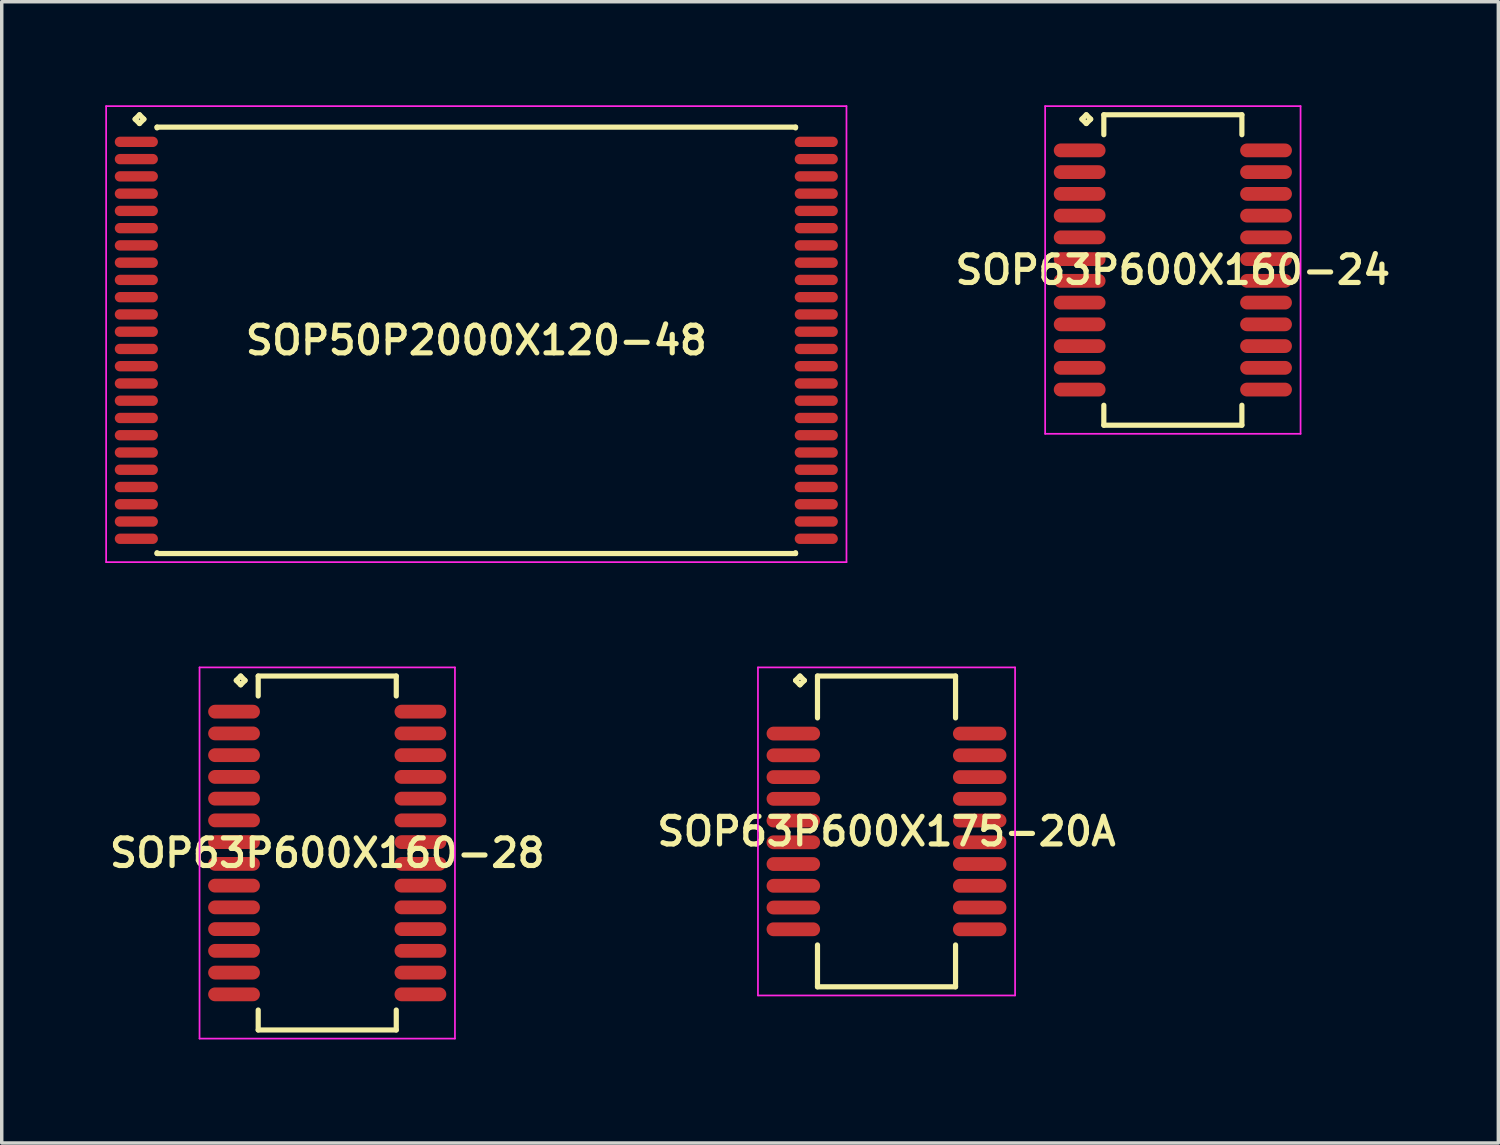
<source format=kicad_pcb>
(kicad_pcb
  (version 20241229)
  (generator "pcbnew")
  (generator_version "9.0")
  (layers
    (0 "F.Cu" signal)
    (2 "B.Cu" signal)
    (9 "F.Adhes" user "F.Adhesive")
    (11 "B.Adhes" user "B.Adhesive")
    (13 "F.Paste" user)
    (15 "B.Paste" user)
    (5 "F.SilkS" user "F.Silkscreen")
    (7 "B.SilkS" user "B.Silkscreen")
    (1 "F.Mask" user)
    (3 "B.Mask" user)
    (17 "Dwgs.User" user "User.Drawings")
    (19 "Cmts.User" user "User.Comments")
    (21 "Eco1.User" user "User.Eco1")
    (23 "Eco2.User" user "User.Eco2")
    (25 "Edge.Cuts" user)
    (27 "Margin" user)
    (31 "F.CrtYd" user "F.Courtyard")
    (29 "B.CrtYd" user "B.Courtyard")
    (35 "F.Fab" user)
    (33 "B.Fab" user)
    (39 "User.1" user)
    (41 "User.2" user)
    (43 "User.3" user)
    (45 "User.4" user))
  (footprint "SOP63P600X175-20A"
    (layer "F.Cu")
    (at 22.635 21.039)
    (property "Reference" "SOP63P600X175-20A" (at 0 0 0) (layer "F.SilkS") (effects (font (size 0.8 0.8) (thickness 0.15))))
    (attr smd)
    (fp_line (start -2.635 -4.375) (end -2.508 -4.502) (stroke (width 0.15) (type solid)) (layer "F.SilkS"))
    (fp_line (start -2.508 -4.502) (end -2.381 -4.375) (stroke (width 0.15) (type solid)) (layer "F.SilkS"))
    (fp_line (start -2.508 -4.248) (end -2.635 -4.375) (stroke (width 0.15) (type solid)) (layer "F.SilkS"))
    (fp_line (start -2.381 -4.375) (end -2.508 -4.248) (stroke (width 0.15) (type solid)) (layer "F.SilkS"))
    (fp_line (start -2 -4.502) (end 2 -4.502) (stroke (width 0.15) (type solid)) (layer "F.SilkS"))
    (fp_line (start -2 -3.289) (end -2 -4.502) (stroke (width 0.15) (type solid)) (layer "F.SilkS"))
    (fp_line (start -2 3.289) (end -2 4.502) (stroke (width 0.15) (type solid)) (layer "F.SilkS"))
    (fp_line (start -2 4.502) (end 2 4.502) (stroke (width 0.15) (type solid)) (layer "F.SilkS"))
    (fp_line (start 2 -4.502) (end 2 -3.289) (stroke (width 0.15) (type solid)) (layer "F.SilkS"))
    (fp_line (start 2 4.502) (end 2 3.289) (stroke (width 0.15) (type solid)) (layer "F.SilkS"))
    (fp_line (start -3.725 -4.752) (end 3.725 -4.752) (stroke (width 0.05) (type solid)) (layer "F.CrtYd"))
    (fp_line (start -3.725 4.752) (end -3.725 -4.752) (stroke (width 0.05) (type solid)) (layer "F.CrtYd"))
    (fp_line (start 3.725 -4.752) (end 3.725 4.752) (stroke (width 0.05) (type solid)) (layer "F.CrtYd"))
    (fp_line (start 3.725 4.752) (end -3.725 4.752) (stroke (width 0.05) (type solid)) (layer "F.CrtYd"))
    (pad "1" smd oval (at -2.7 -2.835) (size 1.55 0.4) (layers "F.Cu" "F.Mask" "F.Paste"))
    (pad "2" smd oval (at -2.7 -2.205) (size 1.55 0.4) (layers "F.Cu" "F.Mask" "F.Paste"))
    (pad "3" smd oval (at -2.7 -1.575) (size 1.55 0.4) (layers "F.Cu" "F.Mask" "F.Paste"))
    (pad "4" smd oval (at -2.7 -0.945) (size 1.55 0.4) (layers "F.Cu" "F.Mask" "F.Paste"))
    (pad "5" smd oval (at -2.7 -0.315) (size 1.55 0.4) (layers "F.Cu" "F.Mask" "F.Paste"))
    (pad "6" smd oval (at -2.7 0.315) (size 1.55 0.4) (layers "F.Cu" "F.Mask" "F.Paste"))
    (pad "7" smd oval (at -2.7 0.945) (size 1.55 0.4) (layers "F.Cu" "F.Mask" "F.Paste"))
    (pad "8" smd oval (at -2.7 1.575) (size 1.55 0.4) (layers "F.Cu" "F.Mask" "F.Paste"))
    (pad "9" smd oval (at -2.7 2.205) (size 1.55 0.4) (layers "F.Cu" "F.Mask" "F.Paste"))
    (pad "10" smd oval (at -2.7 2.835) (size 1.55 0.4) (layers "F.Cu" "F.Mask" "F.Paste"))
    (pad "11" smd oval (at 2.7 2.835) (size 1.55 0.4) (layers "F.Cu" "F.Mask" "F.Paste"))
    (pad "12" smd oval (at 2.7 2.205) (size 1.55 0.4) (layers "F.Cu" "F.Mask" "F.Paste"))
    (pad "13" smd oval (at 2.7 1.575) (size 1.55 0.4) (layers "F.Cu" "F.Mask" "F.Paste"))
    (pad "14" smd oval (at 2.7 0.945) (size 1.55 0.4) (layers "F.Cu" "F.Mask" "F.Paste"))
    (pad "15" smd oval (at 2.7 0.315) (size 1.55 0.4) (layers "F.Cu" "F.Mask" "F.Paste"))
    (pad "16" smd oval (at 2.7 -0.315) (size 1.55 0.4) (layers "F.Cu" "F.Mask" "F.Paste"))
    (pad "17" smd oval (at 2.7 -0.945) (size 1.55 0.4) (layers "F.Cu" "F.Mask" "F.Paste"))
    (pad "18" smd oval (at 2.7 -1.575) (size 1.55 0.4) (layers "F.Cu" "F.Mask" "F.Paste"))
    (pad "19" smd oval (at 2.7 -2.205) (size 1.55 0.4) (layers "F.Cu" "F.Mask" "F.Paste"))
    (pad "20" smd oval (at 2.7 -2.835) (size 1.55 0.4) (layers "F.Cu" "F.Mask" "F.Paste")))
  (footprint "SOP50P2000X120-48"
    (layer "F.Cu")
    (at 10.75 6.81)
    (property "Reference" "SOP50P2000X120-48" (at 0 0 0) (layer "F.SilkS") (effects (font (size 0.8 0.8) (thickness 0.15))))
    (attr smd)
    (fp_line (start -9.885 -6.408) (end -9.758 -6.535) (stroke (width 0.15) (type solid)) (layer "F.SilkS"))
    (fp_line (start -9.758 -6.535) (end -9.631 -6.408) (stroke (width 0.15) (type solid)) (layer "F.SilkS"))
    (fp_line (start -9.758 -6.281) (end -9.885 -6.408) (stroke (width 0.15) (type solid)) (layer "F.SilkS"))
    (fp_line (start -9.631 -6.408) (end -9.758 -6.281) (stroke (width 0.15) (type solid)) (layer "F.SilkS"))
    (fp_line (start -9.25 -6.177) (end 9.25 -6.177) (stroke (width 0.15) (type solid)) (layer "F.SilkS"))
    (fp_line (start -9.25 -6.154) (end -9.25 -6.177) (stroke (width 0.15) (type solid)) (layer "F.SilkS"))
    (fp_line (start -9.25 6.154) (end -9.25 6.177) (stroke (width 0.15) (type solid)) (layer "F.SilkS"))
    (fp_line (start -9.25 6.177) (end 9.25 6.177) (stroke (width 0.15) (type solid)) (layer "F.SilkS"))
    (fp_line (start 9.25 -6.177) (end 9.25 -6.154) (stroke (width 0.15) (type solid)) (layer "F.SilkS"))
    (fp_line (start 9.25 6.177) (end 9.25 6.154) (stroke (width 0.15) (type solid)) (layer "F.SilkS"))
    (fp_line (start -10.725 -6.785) (end 10.725 -6.785) (stroke (width 0.05) (type solid)) (layer "F.CrtYd"))
    (fp_line (start -10.725 6.427) (end -10.725 -6.785) (stroke (width 0.05) (type solid)) (layer "F.CrtYd"))
    (fp_line (start 10.725 -6.785) (end 10.725 6.427) (stroke (width 0.05) (type solid)) (layer "F.CrtYd"))
    (fp_line (start 10.725 6.427) (end -10.725 6.427) (stroke (width 0.05) (type solid)) (layer "F.CrtYd"))
    (pad "1" smd oval (at -9.85 -5.75) (size 1.25 0.3) (layers "F.Cu" "F.Mask" "F.Paste"))
    (pad "2" smd oval (at -9.85 -5.25) (size 1.25 0.3) (layers "F.Cu" "F.Mask" "F.Paste"))
    (pad "3" smd oval (at -9.85 -4.75) (size 1.25 0.3) (layers "F.Cu" "F.Mask" "F.Paste"))
    (pad "4" smd oval (at -9.85 -4.25) (size 1.25 0.3) (layers "F.Cu" "F.Mask" "F.Paste"))
    (pad "5" smd oval (at -9.85 -3.75) (size 1.25 0.3) (layers "F.Cu" "F.Mask" "F.Paste"))
    (pad "6" smd oval (at -9.85 -3.25) (size 1.25 0.3) (layers "F.Cu" "F.Mask" "F.Paste"))
    (pad "7" smd oval (at -9.85 -2.75) (size 1.25 0.3) (layers "F.Cu" "F.Mask" "F.Paste"))
    (pad "8" smd oval (at -9.85 -2.25) (size 1.25 0.3) (layers "F.Cu" "F.Mask" "F.Paste"))
    (pad "9" smd oval (at -9.85 -1.75) (size 1.25 0.3) (layers "F.Cu" "F.Mask" "F.Paste"))
    (pad "10" smd oval (at -9.85 -1.25) (size 1.25 0.3) (layers "F.Cu" "F.Mask" "F.Paste"))
    (pad "11" smd oval (at -9.85 -0.75) (size 1.25 0.3) (layers "F.Cu" "F.Mask" "F.Paste"))
    (pad "12" smd oval (at -9.85 -0.25) (size 1.25 0.3) (layers "F.Cu" "F.Mask" "F.Paste"))
    (pad "13" smd oval (at -9.85 0.25) (size 1.25 0.3) (layers "F.Cu" "F.Mask" "F.Paste"))
    (pad "14" smd oval (at -9.85 0.75) (size 1.25 0.3) (layers "F.Cu" "F.Mask" "F.Paste"))
    (pad "15" smd oval (at -9.85 1.25) (size 1.25 0.3) (layers "F.Cu" "F.Mask" "F.Paste"))
    (pad "16" smd oval (at -9.85 1.75) (size 1.25 0.3) (layers "F.Cu" "F.Mask" "F.Paste"))
    (pad "17" smd oval (at -9.85 2.25) (size 1.25 0.3) (layers "F.Cu" "F.Mask" "F.Paste"))
    (pad "18" smd oval (at -9.85 2.75) (size 1.25 0.3) (layers "F.Cu" "F.Mask" "F.Paste"))
    (pad "19" smd oval (at -9.85 3.25) (size 1.25 0.3) (layers "F.Cu" "F.Mask" "F.Paste"))
    (pad "20" smd oval (at -9.85 3.75) (size 1.25 0.3) (layers "F.Cu" "F.Mask" "F.Paste"))
    (pad "21" smd oval (at -9.85 4.25) (size 1.25 0.3) (layers "F.Cu" "F.Mask" "F.Paste"))
    (pad "22" smd oval (at -9.85 4.75) (size 1.25 0.3) (layers "F.Cu" "F.Mask" "F.Paste"))
    (pad "23" smd oval (at -9.85 5.25) (size 1.25 0.3) (layers "F.Cu" "F.Mask" "F.Paste"))
    (pad "24" smd oval (at -9.85 5.75) (size 1.25 0.3) (layers "F.Cu" "F.Mask" "F.Paste"))
    (pad "25" smd oval (at 9.85 5.75) (size 1.25 0.3) (layers "F.Cu" "F.Mask" "F.Paste"))
    (pad "26" smd oval (at 9.85 5.25) (size 1.25 0.3) (layers "F.Cu" "F.Mask" "F.Paste"))
    (pad "27" smd oval (at 9.85 4.75) (size 1.25 0.3) (layers "F.Cu" "F.Mask" "F.Paste"))
    (pad "28" smd oval (at 9.85 4.25) (size 1.25 0.3) (layers "F.Cu" "F.Mask" "F.Paste"))
    (pad "29" smd oval (at 9.85 3.75) (size 1.25 0.3) (layers "F.Cu" "F.Mask" "F.Paste"))
    (pad "30" smd oval (at 9.85 3.25) (size 1.25 0.3) (layers "F.Cu" "F.Mask" "F.Paste"))
    (pad "31" smd oval (at 9.85 2.75) (size 1.25 0.3) (layers "F.Cu" "F.Mask" "F.Paste"))
    (pad "32" smd oval (at 9.85 2.25) (size 1.25 0.3) (layers "F.Cu" "F.Mask" "F.Paste"))
    (pad "33" smd oval (at 9.85 1.75) (size 1.25 0.3) (layers "F.Cu" "F.Mask" "F.Paste"))
    (pad "34" smd oval (at 9.85 1.25) (size 1.25 0.3) (layers "F.Cu" "F.Mask" "F.Paste"))
    (pad "35" smd oval (at 9.85 0.75) (size 1.25 0.3) (layers "F.Cu" "F.Mask" "F.Paste"))
    (pad "36" smd oval (at 9.85 0.25) (size 1.25 0.3) (layers "F.Cu" "F.Mask" "F.Paste"))
    (pad "37" smd oval (at 9.85 -0.25) (size 1.25 0.3) (layers "F.Cu" "F.Mask" "F.Paste"))
    (pad "38" smd oval (at 9.85 -0.75) (size 1.25 0.3) (layers "F.Cu" "F.Mask" "F.Paste"))
    (pad "39" smd oval (at 9.85 -1.25) (size 1.25 0.3) (layers "F.Cu" "F.Mask" "F.Paste"))
    (pad "40" smd oval (at 9.85 -1.75) (size 1.25 0.3) (layers "F.Cu" "F.Mask" "F.Paste"))
    (pad "41" smd oval (at 9.85 -2.25) (size 1.25 0.3) (layers "F.Cu" "F.Mask" "F.Paste"))
    (pad "42" smd oval (at 9.85 -2.75) (size 1.25 0.3) (layers "F.Cu" "F.Mask" "F.Paste"))
    (pad "43" smd oval (at 9.85 -3.25) (size 1.25 0.3) (layers "F.Cu" "F.Mask" "F.Paste"))
    (pad "44" smd oval (at 9.85 -3.75) (size 1.25 0.3) (layers "F.Cu" "F.Mask" "F.Paste"))
    (pad "45" smd oval (at 9.85 -4.25) (size 1.25 0.3) (layers "F.Cu" "F.Mask" "F.Paste"))
    (pad "46" smd oval (at 9.85 -4.75) (size 1.25 0.3) (layers "F.Cu" "F.Mask" "F.Paste"))
    (pad "47" smd oval (at 9.85 -5.25) (size 1.25 0.3) (layers "F.Cu" "F.Mask" "F.Paste"))
    (pad "48" smd oval (at 9.85 -5.75) (size 1.25 0.3) (layers "F.Cu" "F.Mask" "F.Paste")))
  (footprint "SOP63P600X160-24"
    (layer "F.Cu")
    (at 30.931 4.772)
    (property "Reference" "SOP63P600X160-24" (at 0 0 0) (layer "F.SilkS") (effects (font (size 0.8 0.8) (thickness 0.15))))
    (attr smd)
    (fp_line (start -2.635 -4.37) (end -2.508 -4.497) (stroke (width 0.15) (type solid)) (layer "F.SilkS"))
    (fp_line (start -2.508 -4.497) (end -2.381 -4.37) (stroke (width 0.15) (type solid)) (layer "F.SilkS"))
    (fp_line (start -2.508 -4.243) (end -2.635 -4.37) (stroke (width 0.15) (type solid)) (layer "F.SilkS"))
    (fp_line (start -2.381 -4.37) (end -2.508 -4.243) (stroke (width 0.15) (type solid)) (layer "F.SilkS"))
    (fp_line (start -2 -4.497) (end 2 -4.497) (stroke (width 0.15) (type solid)) (layer "F.SilkS"))
    (fp_line (start -2 -3.919) (end -2 -4.497) (stroke (width 0.15) (type solid)) (layer "F.SilkS"))
    (fp_line (start -2 3.919) (end -2 4.497) (stroke (width 0.15) (type solid)) (layer "F.SilkS"))
    (fp_line (start -2 4.497) (end 2 4.497) (stroke (width 0.15) (type solid)) (layer "F.SilkS"))
    (fp_line (start 2 -4.497) (end 2 -3.919) (stroke (width 0.15) (type solid)) (layer "F.SilkS"))
    (fp_line (start 2 4.497) (end 2 3.919) (stroke (width 0.15) (type solid)) (layer "F.SilkS"))
    (fp_line (start -3.7 -4.747) (end 3.7 -4.747) (stroke (width 0.05) (type solid)) (layer "F.CrtYd"))
    (fp_line (start -3.7 4.747) (end -3.7 -4.747) (stroke (width 0.05) (type solid)) (layer "F.CrtYd"))
    (fp_line (start 3.7 -4.747) (end 3.7 4.747) (stroke (width 0.05) (type solid)) (layer "F.CrtYd"))
    (fp_line (start 3.7 4.747) (end -3.7 4.747) (stroke (width 0.05) (type solid)) (layer "F.CrtYd"))
    (pad "1" smd oval (at -2.7 -3.465) (size 1.5 0.4) (layers "F.Cu" "F.Mask" "F.Paste"))
    (pad "2" smd oval (at -2.7 -2.835) (size 1.5 0.4) (layers "F.Cu" "F.Mask" "F.Paste"))
    (pad "3" smd oval (at -2.7 -2.205) (size 1.5 0.4) (layers "F.Cu" "F.Mask" "F.Paste"))
    (pad "4" smd oval (at -2.7 -1.575) (size 1.5 0.4) (layers "F.Cu" "F.Mask" "F.Paste"))
    (pad "5" smd oval (at -2.7 -0.945) (size 1.5 0.4) (layers "F.Cu" "F.Mask" "F.Paste"))
    (pad "6" smd oval (at -2.7 -0.315) (size 1.5 0.4) (layers "F.Cu" "F.Mask" "F.Paste"))
    (pad "7" smd oval (at -2.7 0.315) (size 1.5 0.4) (layers "F.Cu" "F.Mask" "F.Paste"))
    (pad "8" smd oval (at -2.7 0.945) (size 1.5 0.4) (layers "F.Cu" "F.Mask" "F.Paste"))
    (pad "9" smd oval (at -2.7 1.575) (size 1.5 0.4) (layers "F.Cu" "F.Mask" "F.Paste"))
    (pad "10" smd oval (at -2.7 2.205) (size 1.5 0.4) (layers "F.Cu" "F.Mask" "F.Paste"))
    (pad "11" smd oval (at -2.7 2.835) (size 1.5 0.4) (layers "F.Cu" "F.Mask" "F.Paste"))
    (pad "12" smd oval (at -2.7 3.465) (size 1.5 0.4) (layers "F.Cu" "F.Mask" "F.Paste"))
    (pad "13" smd oval (at 2.7 3.465) (size 1.5 0.4) (layers "F.Cu" "F.Mask" "F.Paste"))
    (pad "14" smd oval (at 2.7 2.835) (size 1.5 0.4) (layers "F.Cu" "F.Mask" "F.Paste"))
    (pad "15" smd oval (at 2.7 2.205) (size 1.5 0.4) (layers "F.Cu" "F.Mask" "F.Paste"))
    (pad "16" smd oval (at 2.7 1.575) (size 1.5 0.4) (layers "F.Cu" "F.Mask" "F.Paste"))
    (pad "17" smd oval (at 2.7 0.945) (size 1.5 0.4) (layers "F.Cu" "F.Mask" "F.Paste"))
    (pad "18" smd oval (at 2.7 0.315) (size 1.5 0.4) (layers "F.Cu" "F.Mask" "F.Paste"))
    (pad "19" smd oval (at 2.7 -0.315) (size 1.5 0.4) (layers "F.Cu" "F.Mask" "F.Paste"))
    (pad "20" smd oval (at 2.7 -0.945) (size 1.5 0.4) (layers "F.Cu" "F.Mask" "F.Paste"))
    (pad "21" smd oval (at 2.7 -1.575) (size 1.5 0.4) (layers "F.Cu" "F.Mask" "F.Paste"))
    (pad "22" smd oval (at 2.7 -2.205) (size 1.5 0.4) (layers "F.Cu" "F.Mask" "F.Paste"))
    (pad "23" smd oval (at 2.7 -2.835) (size 1.5 0.4) (layers "F.Cu" "F.Mask" "F.Paste"))
    (pad "24" smd oval (at 2.7 -3.465) (size 1.5 0.4) (layers "F.Cu" "F.Mask" "F.Paste")))
  (footprint "SOP63P600X160-28"
    (layer "F.Cu")
    (at 6.431 21.664)
    (property "Reference" "SOP63P600X160-28" (at 0 0 0) (layer "F.SilkS") (effects (font (size 0.8 0.8) (thickness 0.15))))
    (attr smd)
    (fp_line (start -2.635 -5) (end -2.508 -5.127) (stroke (width 0.15) (type solid)) (layer "F.SilkS"))
    (fp_line (start -2.508 -5.127) (end -2.381 -5) (stroke (width 0.15) (type solid)) (layer "F.SilkS"))
    (fp_line (start -2.508 -4.873) (end -2.635 -5) (stroke (width 0.15) (type solid)) (layer "F.SilkS"))
    (fp_line (start -2.381 -5) (end -2.508 -4.873) (stroke (width 0.15) (type solid)) (layer "F.SilkS"))
    (fp_line (start -2 -5.127) (end 2 -5.127) (stroke (width 0.15) (type solid)) (layer "F.SilkS"))
    (fp_line (start -2 -4.549) (end -2 -5.127) (stroke (width 0.15) (type solid)) (layer "F.SilkS"))
    (fp_line (start -2 4.549) (end -2 5.127) (stroke (width 0.15) (type solid)) (layer "F.SilkS"))
    (fp_line (start -2 5.127) (end 2 5.127) (stroke (width 0.15) (type solid)) (layer "F.SilkS"))
    (fp_line (start 2 -5.127) (end 2 -4.549) (stroke (width 0.15) (type solid)) (layer "F.SilkS"))
    (fp_line (start 2 5.127) (end 2 4.549) (stroke (width 0.15) (type solid)) (layer "F.SilkS"))
    (fp_line (start -3.7 -5.377) (end 3.7 -5.377) (stroke (width 0.05) (type solid)) (layer "F.CrtYd"))
    (fp_line (start -3.7 5.377) (end -3.7 -5.377) (stroke (width 0.05) (type solid)) (layer "F.CrtYd"))
    (fp_line (start 3.7 -5.377) (end 3.7 5.377) (stroke (width 0.05) (type solid)) (layer "F.CrtYd"))
    (fp_line (start 3.7 5.377) (end -3.7 5.377) (stroke (width 0.05) (type solid)) (layer "F.CrtYd"))
    (pad "1" smd oval (at -2.7 -4.095) (size 1.5 0.4) (layers "F.Cu" "F.Mask" "F.Paste"))
    (pad "2" smd oval (at -2.7 -3.465) (size 1.5 0.4) (layers "F.Cu" "F.Mask" "F.Paste"))
    (pad "3" smd oval (at -2.7 -2.835) (size 1.5 0.4) (layers "F.Cu" "F.Mask" "F.Paste"))
    (pad "4" smd oval (at -2.7 -2.205) (size 1.5 0.4) (layers "F.Cu" "F.Mask" "F.Paste"))
    (pad "5" smd oval (at -2.7 -1.575) (size 1.5 0.4) (layers "F.Cu" "F.Mask" "F.Paste"))
    (pad "6" smd oval (at -2.7 -0.945) (size 1.5 0.4) (layers "F.Cu" "F.Mask" "F.Paste"))
    (pad "7" smd oval (at -2.7 -0.315) (size 1.5 0.4) (layers "F.Cu" "F.Mask" "F.Paste"))
    (pad "8" smd oval (at -2.7 0.315) (size 1.5 0.4) (layers "F.Cu" "F.Mask" "F.Paste"))
    (pad "9" smd oval (at -2.7 0.945) (size 1.5 0.4) (layers "F.Cu" "F.Mask" "F.Paste"))
    (pad "10" smd oval (at -2.7 1.575) (size 1.5 0.4) (layers "F.Cu" "F.Mask" "F.Paste"))
    (pad "11" smd oval (at -2.7 2.205) (size 1.5 0.4) (layers "F.Cu" "F.Mask" "F.Paste"))
    (pad "12" smd oval (at -2.7 2.835) (size 1.5 0.4) (layers "F.Cu" "F.Mask" "F.Paste"))
    (pad "13" smd oval (at -2.7 3.465) (size 1.5 0.4) (layers "F.Cu" "F.Mask" "F.Paste"))
    (pad "14" smd oval (at -2.7 4.095) (size 1.5 0.4) (layers "F.Cu" "F.Mask" "F.Paste"))
    (pad "15" smd oval (at 2.7 4.095) (size 1.5 0.4) (layers "F.Cu" "F.Mask" "F.Paste"))
    (pad "16" smd oval (at 2.7 3.465) (size 1.5 0.4) (layers "F.Cu" "F.Mask" "F.Paste"))
    (pad "17" smd oval (at 2.7 2.835) (size 1.5 0.4) (layers "F.Cu" "F.Mask" "F.Paste"))
    (pad "18" smd oval (at 2.7 2.205) (size 1.5 0.4) (layers "F.Cu" "F.Mask" "F.Paste"))
    (pad "19" smd oval (at 2.7 1.575) (size 1.5 0.4) (layers "F.Cu" "F.Mask" "F.Paste"))
    (pad "20" smd oval (at 2.7 0.945) (size 1.5 0.4) (layers "F.Cu" "F.Mask" "F.Paste"))
    (pad "21" smd oval (at 2.7 0.315) (size 1.5 0.4) (layers "F.Cu" "F.Mask" "F.Paste"))
    (pad "22" smd oval (at 2.7 -0.315) (size 1.5 0.4) (layers "F.Cu" "F.Mask" "F.Paste"))
    (pad "23" smd oval (at 2.7 -0.945) (size 1.5 0.4) (layers "F.Cu" "F.Mask" "F.Paste"))
    (pad "24" smd oval (at 2.7 -1.575) (size 1.5 0.4) (layers "F.Cu" "F.Mask" "F.Paste"))
    (pad "25" smd oval (at 2.7 -2.205) (size 1.5 0.4) (layers "F.Cu" "F.Mask" "F.Paste"))
    (pad "26" smd oval (at 2.7 -2.835) (size 1.5 0.4) (layers "F.Cu" "F.Mask" "F.Paste"))
    (pad "27" smd oval (at 2.7 -3.465) (size 1.5 0.4) (layers "F.Cu" "F.Mask" "F.Paste"))
    (pad "28" smd oval (at 2.7 -4.095) (size 1.5 0.4) (layers "F.Cu" "F.Mask" "F.Paste")))
  (gr_rect
    (start -3 -3)
    (end 40.361 30.066)
    (stroke (width 0.1) (type default))
    (fill no)
    (layer "Edge.Cuts")))
</source>
